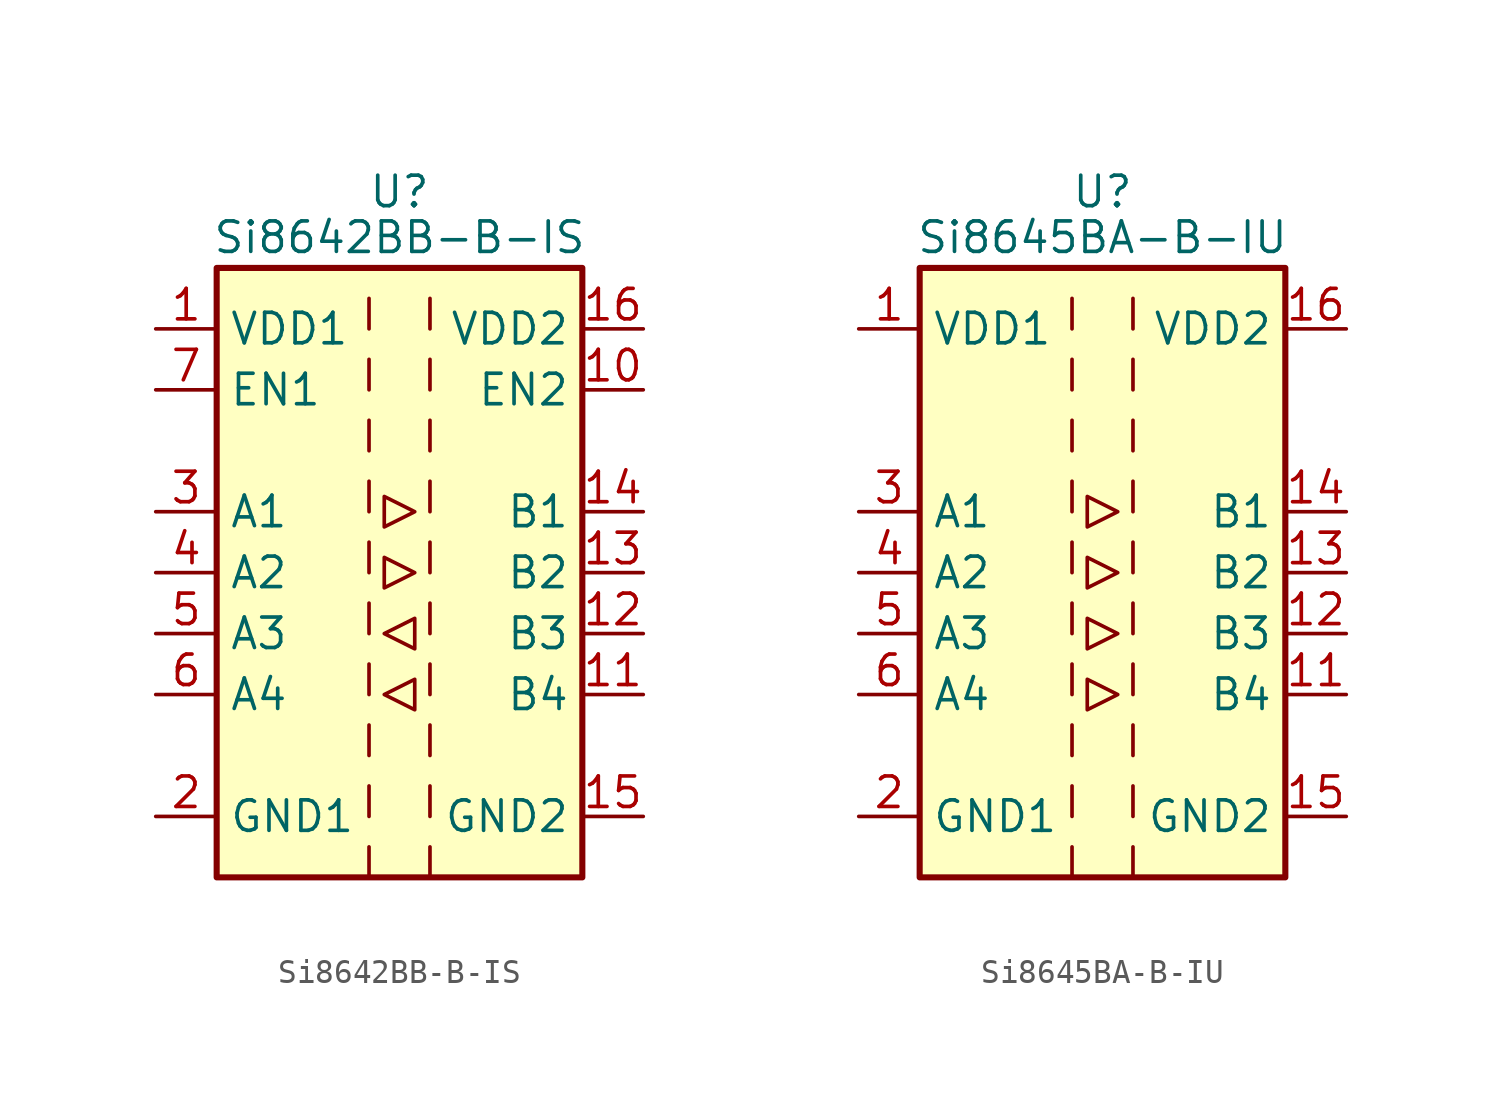
<source format=kicad_sym>
(kicad_symbol_lib
  (version 20201005)
  (generator kicad_symbol_editor)
  (symbol "Si8642BB-B-IS"
    (property "Reference" "U"
      (at 0 15.875 0)
      (effects (font (size 1.27 1.27))))
    (property "Value" "Si8642BB-B-IS"
      (at 0 13.97 0)
      (effects (font (size 1.27 1.27))))
    (symbol "Si8642BB-B-IS_0_1"
      (rectangle (start -7.62 12.7) (end 7.62 -12.7) (stroke (width 0.254)) (fill (type background)))
      (polyline (pts (xy -1.27 -11.43) (xy -1.27 -12.7)) (stroke (width 0)) (fill (type none)))
      (polyline (pts (xy -1.27 -8.89) (xy -1.27 -10.16)) (stroke (width 0)) (fill (type none)))
      (polyline (pts (xy -1.27 -6.35) (xy -1.27 -7.62)) (stroke (width 0)) (fill (type none)))
      (polyline (pts (xy -1.27 -3.81) (xy -1.27 -5.08)) (stroke (width 0)) (fill (type none)))
      (polyline (pts (xy -1.27 -1.27) (xy -1.27 -2.54)) (stroke (width 0)) (fill (type none)))
      (polyline (pts (xy -1.27 1.27) (xy -1.27 0)) (stroke (width 0)) (fill (type none)))
      (polyline (pts (xy -1.27 3.81) (xy -1.27 2.54)) (stroke (width 0)) (fill (type none)))
      (polyline (pts (xy -1.27 6.35) (xy -1.27 5.08)) (stroke (width 0)) (fill (type none)))
      (polyline (pts (xy -1.27 8.89) (xy -1.27 7.62)) (stroke (width 0)) (fill (type none)))
      (polyline (pts (xy -1.27 11.43) (xy -1.27 10.16)) (stroke (width 0)) (fill (type none)))
      (polyline (pts (xy 1.27 -11.43) (xy 1.27 -12.7)) (stroke (width 0)) (fill (type none)))
      (polyline (pts (xy 1.27 -8.89) (xy 1.27 -10.16)) (stroke (width 0)) (fill (type none)))
      (polyline (pts (xy 1.27 -6.35) (xy 1.27 -7.62)) (stroke (width 0)) (fill (type none)))
      (polyline (pts (xy 1.27 -3.81) (xy 1.27 -5.08)) (stroke (width 0)) (fill (type none)))
      (polyline (pts (xy 1.27 -1.27) (xy 1.27 -2.54)) (stroke (width 0)) (fill (type none)))
      (polyline (pts (xy 1.27 1.27) (xy 1.27 0)) (stroke (width 0)) (fill (type none)))
      (polyline (pts (xy 1.27 3.81) (xy 1.27 2.54)) (stroke (width 0)) (fill (type none)))
      (polyline (pts (xy 1.27 6.35) (xy 1.27 5.08)) (stroke (width 0)) (fill (type none)))
      (polyline (pts (xy 1.27 8.89) (xy 1.27 7.62)) (stroke (width 0)) (fill (type none)))
      (polyline (pts (xy 1.27 11.43) (xy 1.27 10.16)) (stroke (width 0)) (fill (type none)))
      (polyline (pts (xy -0.635 -5.08) (xy 0.635 -4.445) (xy 0.635 -5.715) (xy -0.635 -5.08)) (stroke (width 0)) (fill (type none)))
      (polyline (pts (xy -0.635 -2.54) (xy 0.635 -1.905) (xy 0.635 -3.175) (xy -0.635 -2.54)) (stroke (width 0)) (fill (type none)))
      (polyline (pts (xy -0.635 0.635) (xy -0.635 -0.635) (xy 0.635 0) (xy -0.635 0.635)) (stroke (width 0)) (fill (type none)))
      (polyline (pts (xy -0.635 3.175) (xy -0.635 1.905) (xy 0.635 2.54) (xy -0.635 3.175)) (stroke (width 0)) (fill (type none))))
    (symbol "Si8642BB-B-IS_1_1"
      (pin power_in line (at -10.16 10.16 0) (length 2.54) (name "VDD1" (effects (font (size 1.27 1.27)))) (number "1" (effects (font (size 1.27 1.27)))))
      (pin input line (at 10.16 7.62 180) (length 2.54) (name "EN2" (effects (font (size 1.27 1.27)))) (number "10" (effects (font (size 1.27 1.27)))))
      (pin input line (at 10.16 -5.08 180) (length 2.54) (name "B4" (effects (font (size 1.27 1.27)))) (number "11" (effects (font (size 1.27 1.27)))))
      (pin input line (at 10.16 -2.54 180) (length 2.54) (name "B3" (effects (font (size 1.27 1.27)))) (number "12" (effects (font (size 1.27 1.27)))))
      (pin output line (at 10.16 0 180) (length 2.54) (name "B2" (effects (font (size 1.27 1.27)))) (number "13" (effects (font (size 1.27 1.27)))))
      (pin output line (at 10.16 2.54 180) (length 2.54) (name "B1" (effects (font (size 1.27 1.27)))) (number "14" (effects (font (size 1.27 1.27)))))
      (pin power_in line (at 10.16 -10.16 180) (length 2.54) (name "GND2" (effects (font (size 1.27 1.27)))) (number "15" (effects (font (size 1.27 1.27)))))
      (pin power_in line (at 10.16 10.16 180) (length 2.54) (name "VDD2" (effects (font (size 1.27 1.27)))) (number "16" (effects (font (size 1.27 1.27)))))
      (pin power_in line (at -10.16 -10.16 0) (length 2.54) (name "GND1" (effects (font (size 1.27 1.27)))) (number "2" (effects (font (size 1.27 1.27)))))
      (pin input line (at -10.16 2.54 0) (length 2.54) (name "A1" (effects (font (size 1.27 1.27)))) (number "3" (effects (font (size 1.27 1.27)))))
      (pin input line (at -10.16 0 0) (length 2.54) (name "A2" (effects (font (size 1.27 1.27)))) (number "4" (effects (font (size 1.27 1.27)))))
      (pin output line (at -10.16 -2.54 0) (length 2.54) (name "A3" (effects (font (size 1.27 1.27)))) (number "5" (effects (font (size 1.27 1.27)))))
      (pin output line (at -10.16 -5.08 0) (length 2.54) (name "A4" (effects (font (size 1.27 1.27)))) (number "6" (effects (font (size 1.27 1.27)))))
      (pin input line (at -10.16 7.62 0) (length 2.54) (name "EN1" (effects (font (size 1.27 1.27)))) (number "7" (effects (font (size 1.27 1.27)))))
      (pin passive line (at -10.16 -10.16 0) (length 2.54) hide (name "GND1" (effects (font (size 1.27 1.27)))) (number "8" (effects (font (size 1.27 1.27)))))
      (pin passive line (at 10.16 -10.16 180) (length 2.54) hide (name "GND2" (effects (font (size 1.27 1.27)))) (number "9" (effects (font (size 1.27 1.27)))))))
  (symbol "Si8645BA-B-IU"
    (property "Reference" "U"
      (at 0 15.875 0)
      (effects (font (size 1.27 1.27))))
    (property "Value" "Si8645BA-B-IU"
      (at 0 13.97 0)
      (effects (font (size 1.27 1.27))))
    (symbol "Si8645BA-B-IU_0_1"
      (rectangle (start -7.62 12.7) (end 7.62 -12.7) (stroke (width 0.254)) (fill (type background)))
      (polyline (pts (xy -1.27 -11.43) (xy -1.27 -12.7)) (stroke (width 0)) (fill (type none)))
      (polyline (pts (xy -1.27 -8.89) (xy -1.27 -10.16)) (stroke (width 0)) (fill (type none)))
      (polyline (pts (xy -1.27 -6.35) (xy -1.27 -7.62)) (stroke (width 0)) (fill (type none)))
      (polyline (pts (xy -1.27 -3.81) (xy -1.27 -5.08)) (stroke (width 0)) (fill (type none)))
      (polyline (pts (xy -1.27 -1.27) (xy -1.27 -2.54)) (stroke (width 0)) (fill (type none)))
      (polyline (pts (xy -1.27 1.27) (xy -1.27 0)) (stroke (width 0)) (fill (type none)))
      (polyline (pts (xy -1.27 3.81) (xy -1.27 2.54)) (stroke (width 0)) (fill (type none)))
      (polyline (pts (xy -1.27 6.35) (xy -1.27 5.08)) (stroke (width 0)) (fill (type none)))
      (polyline (pts (xy -1.27 8.89) (xy -1.27 7.62)) (stroke (width 0)) (fill (type none)))
      (polyline (pts (xy -1.27 11.43) (xy -1.27 10.16)) (stroke (width 0)) (fill (type none)))
      (polyline (pts (xy 1.27 -11.43) (xy 1.27 -12.7)) (stroke (width 0)) (fill (type none)))
      (polyline (pts (xy 1.27 -8.89) (xy 1.27 -10.16)) (stroke (width 0)) (fill (type none)))
      (polyline (pts (xy 1.27 -6.35) (xy 1.27 -7.62)) (stroke (width 0)) (fill (type none)))
      (polyline (pts (xy 1.27 -3.81) (xy 1.27 -5.08)) (stroke (width 0)) (fill (type none)))
      (polyline (pts (xy 1.27 -1.27) (xy 1.27 -2.54)) (stroke (width 0)) (fill (type none)))
      (polyline (pts (xy 1.27 1.27) (xy 1.27 0)) (stroke (width 0)) (fill (type none)))
      (polyline (pts (xy 1.27 3.81) (xy 1.27 2.54)) (stroke (width 0)) (fill (type none)))
      (polyline (pts (xy 1.27 6.35) (xy 1.27 5.08)) (stroke (width 0)) (fill (type none)))
      (polyline (pts (xy 1.27 8.89) (xy 1.27 7.62)) (stroke (width 0)) (fill (type none)))
      (polyline (pts (xy 1.27 11.43) (xy 1.27 10.16)) (stroke (width 0)) (fill (type none)))
      (polyline (pts (xy -0.635 0.635) (xy -0.635 -0.635) (xy 0.635 0) (xy -0.635 0.635)) (stroke (width 0)) (fill (type none)))
      (polyline (pts (xy -0.635 3.175) (xy -0.635 1.905) (xy 0.635 2.54) (xy -0.635 3.175)) (stroke (width 0)) (fill (type none)))
      (polyline (pts (xy 0.635 -5.08) (xy -0.635 -4.445) (xy -0.635 -5.715) (xy 0.635 -5.08)) (stroke (width 0)) (fill (type none)))
      (polyline (pts (xy 0.635 -2.54) (xy -0.635 -1.905) (xy -0.635 -3.175) (xy 0.635 -2.54)) (stroke (width 0)) (fill (type none))))
    (symbol "Si8645BA-B-IU_1_1"
      (pin power_in line (at -10.16 10.16 0) (length 2.54) (name "VDD1" (effects (font (size 1.27 1.27)))) (number "1" (effects (font (size 1.27 1.27)))))
      (pin no_connect line (at 7.62 7.62 180) (length 2.54) hide (name "NC" (effects (font (size 1.27 1.27)))) (number "10" (effects (font (size 1.27 1.27)))))
      (pin output line (at 10.16 -5.08 180) (length 2.54) (name "B4" (effects (font (size 1.27 1.27)))) (number "11" (effects (font (size 1.27 1.27)))))
      (pin output line (at 10.16 -2.54 180) (length 2.54) (name "B3" (effects (font (size 1.27 1.27)))) (number "12" (effects (font (size 1.27 1.27)))))
      (pin output line (at 10.16 0 180) (length 2.54) (name "B2" (effects (font (size 1.27 1.27)))) (number "13" (effects (font (size 1.27 1.27)))))
      (pin output line (at 10.16 2.54 180) (length 2.54) (name "B1" (effects (font (size 1.27 1.27)))) (number "14" (effects (font (size 1.27 1.27)))))
      (pin power_in line (at 10.16 -10.16 180) (length 2.54) (name "GND2" (effects (font (size 1.27 1.27)))) (number "15" (effects (font (size 1.27 1.27)))))
      (pin power_in line (at 10.16 10.16 180) (length 2.54) (name "VDD2" (effects (font (size 1.27 1.27)))) (number "16" (effects (font (size 1.27 1.27)))))
      (pin power_in line (at -10.16 -10.16 0) (length 2.54) (name "GND1" (effects (font (size 1.27 1.27)))) (number "2" (effects (font (size 1.27 1.27)))))
      (pin input line (at -10.16 2.54 0) (length 2.54) (name "A1" (effects (font (size 1.27 1.27)))) (number "3" (effects (font (size 1.27 1.27)))))
      (pin input line (at -10.16 0 0) (length 2.54) (name "A2" (effects (font (size 1.27 1.27)))) (number "4" (effects (font (size 1.27 1.27)))))
      (pin input line (at -10.16 -2.54 0) (length 2.54) (name "A3" (effects (font (size 1.27 1.27)))) (number "5" (effects (font (size 1.27 1.27)))))
      (pin input line (at -10.16 -5.08 0) (length 2.54) (name "A4" (effects (font (size 1.27 1.27)))) (number "6" (effects (font (size 1.27 1.27)))))
      (pin no_connect line (at -7.62 7.62 0) (length 2.54) hide (name "NC" (effects (font (size 1.27 1.27)))) (number "7" (effects (font (size 1.27 1.27)))))
      (pin passive line (at -10.16 -10.16 0) (length 2.54) hide (name "GND1" (effects (font (size 1.27 1.27)))) (number "8" (effects (font (size 1.27 1.27)))))
      (pin passive line (at 10.16 -10.16 180) (length 2.54) hide (name "GND2" (effects (font (size 1.27 1.27)))) (number "9" (effects (font (size 1.27 1.27))))))))
</source>
